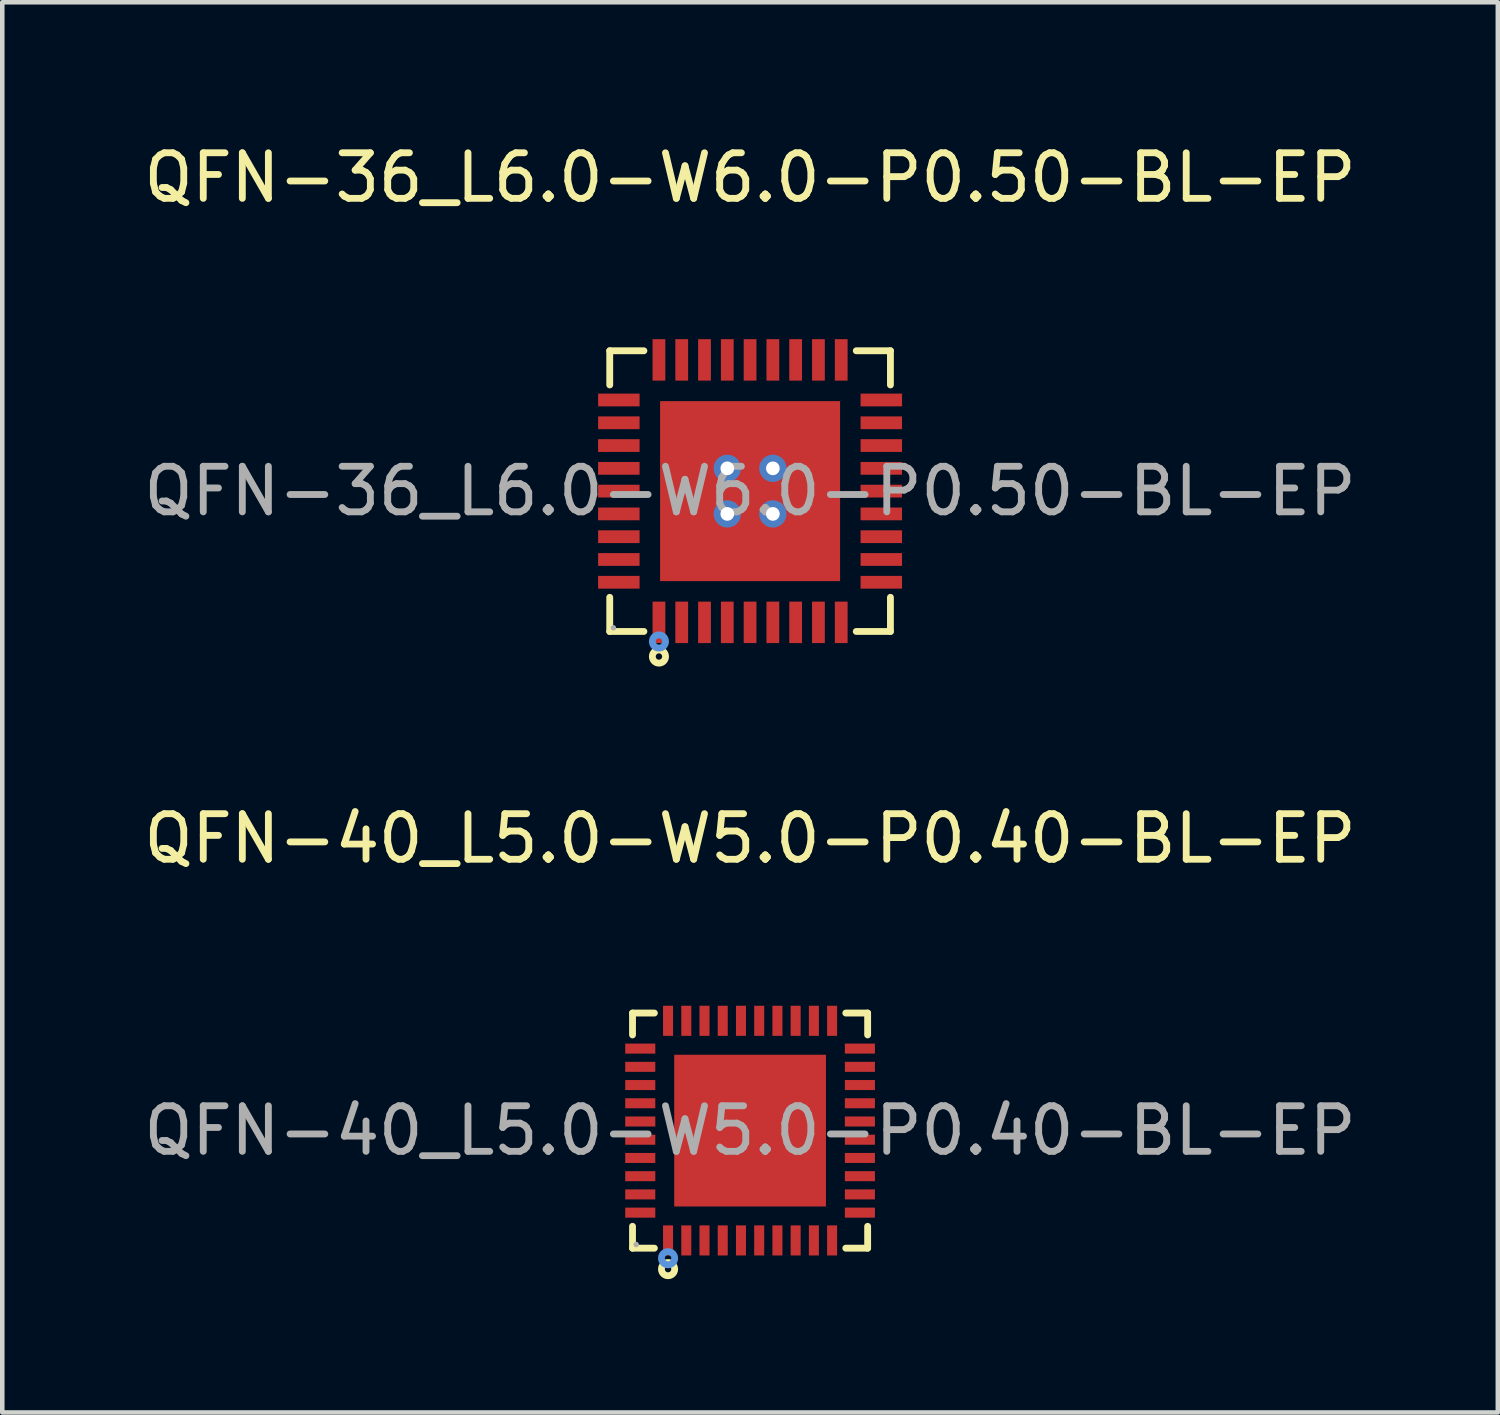
<source format=kicad_pcb>
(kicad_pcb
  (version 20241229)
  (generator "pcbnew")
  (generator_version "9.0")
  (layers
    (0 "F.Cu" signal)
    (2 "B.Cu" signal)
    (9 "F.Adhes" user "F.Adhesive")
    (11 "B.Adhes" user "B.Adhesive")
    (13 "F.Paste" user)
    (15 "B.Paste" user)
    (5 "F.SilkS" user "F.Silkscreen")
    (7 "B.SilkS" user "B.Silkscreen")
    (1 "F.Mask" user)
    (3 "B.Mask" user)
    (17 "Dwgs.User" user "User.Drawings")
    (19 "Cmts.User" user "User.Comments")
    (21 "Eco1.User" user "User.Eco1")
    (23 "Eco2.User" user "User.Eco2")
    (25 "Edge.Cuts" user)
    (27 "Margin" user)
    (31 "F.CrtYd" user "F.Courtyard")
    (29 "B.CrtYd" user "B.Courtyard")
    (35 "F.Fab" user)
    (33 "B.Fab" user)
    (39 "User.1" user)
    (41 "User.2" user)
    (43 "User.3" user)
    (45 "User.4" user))
  (footprint "QFN-36_L6.0-W6.0-P0.50-BL-EP"
    (layer "F.Cu")
    (at 13.411 7.728)
    (property "Reference" "QFN-36_L6.0-W6.0-P0.50-BL-EP" (at 0 -6.88 0) (layer "F.SilkS") (effects (font (size 1 1) (thickness 0.15))))
    (attr through_hole)
    (fp_line (start -3.08 -3.08) (end -2.33 -3.08) (stroke (width 0.15) (type solid)) (layer "F.SilkS"))
    (fp_line (start -3.08 -2.33) (end -3.08 -3.08) (stroke (width 0.15) (type solid)) (layer "F.SilkS"))
    (fp_line (start -3.08 2.33) (end -3.08 3.08) (stroke (width 0.15) (type solid)) (layer "F.SilkS"))
    (fp_line (start -3.08 3.08) (end -2.33 3.08) (stroke (width 0.15) (type solid)) (layer "F.SilkS"))
    (fp_line (start 3.08 -3.08) (end 2.33 -3.08) (stroke (width 0.15) (type solid)) (layer "F.SilkS"))
    (fp_line (start 3.08 -2.33) (end 3.08 -3.08) (stroke (width 0.15) (type solid)) (layer "F.SilkS"))
    (fp_line (start 3.08 2.33) (end 3.08 3.08) (stroke (width 0.15) (type solid)) (layer "F.SilkS"))
    (fp_line (start 3.08 3.08) (end 2.33 3.08) (stroke (width 0.15) (type solid)) (layer "F.SilkS"))
    (fp_circle (center -2 3.63) (end -1.93 3.63) (stroke (width 0.15) (type solid)) (fill no) (layer "F.SilkS"))
    (fp_circle (center -2 3.3) (end -1.93 3.3) (stroke (width 0.15) (type solid)) (fill no) (layer "Cmts.User"))
    (fp_circle (center -3 3) (end -2.97 3) (stroke (width 0.06) (type solid)) (fill no) (layer "F.Fab"))
    (fp_text user "${REFERENCE}" (at 0 0 0) (layer "F.Fab") (effects (font (size 1 1) (thickness 0.15))))
    (pad "1" smd rect (at -2 2.88) (size 0.28 0.91) (layers "F.Cu" "F.Mask" "F.Paste"))
    (pad "2" smd rect (at -1.5 2.88) (size 0.28 0.91) (layers "F.Cu" "F.Mask" "F.Paste"))
    (pad "3" smd rect (at -1 2.88) (size 0.28 0.91) (layers "F.Cu" "F.Mask" "F.Paste"))
    (pad "4" smd rect (at -0.5 2.88) (size 0.28 0.91) (layers "F.Cu" "F.Mask" "F.Paste"))
    (pad "5" smd rect (at 0 2.88) (size 0.28 0.91) (layers "F.Cu" "F.Mask" "F.Paste"))
    (pad "6" smd rect (at 0.5 2.88) (size 0.28 0.91) (layers "F.Cu" "F.Mask" "F.Paste"))
    (pad "7" smd rect (at 1 2.88) (size 0.28 0.91) (layers "F.Cu" "F.Mask" "F.Paste"))
    (pad "8" smd rect (at 1.5 2.88) (size 0.28 0.91) (layers "F.Cu" "F.Mask" "F.Paste"))
    (pad "9" smd rect (at 2 2.88) (size 0.28 0.91) (layers "F.Cu" "F.Mask" "F.Paste"))
    (pad "10" smd rect (at 2.88 2) (size 0.91 0.28) (layers "F.Cu" "F.Mask" "F.Paste"))
    (pad "11" smd rect (at 2.88 1.5) (size 0.91 0.28) (layers "F.Cu" "F.Mask" "F.Paste"))
    (pad "12" smd rect (at 2.88 1) (size 0.91 0.28) (layers "F.Cu" "F.Mask" "F.Paste"))
    (pad "13" smd rect (at 2.88 0.5) (size 0.91 0.28) (layers "F.Cu" "F.Mask" "F.Paste"))
    (pad "14" smd rect (at 2.88 0) (size 0.91 0.28) (layers "F.Cu" "F.Mask" "F.Paste"))
    (pad "15" smd rect (at 2.88 -0.5) (size 0.91 0.28) (layers "F.Cu" "F.Mask" "F.Paste"))
    (pad "16" smd rect (at 2.88 -1) (size 0.91 0.28) (layers "F.Cu" "F.Mask" "F.Paste"))
    (pad "17" smd rect (at 2.88 -1.5) (size 0.91 0.28) (layers "F.Cu" "F.Mask" "F.Paste"))
    (pad "18" smd rect (at 2.88 -2) (size 0.91 0.28) (layers "F.Cu" "F.Mask" "F.Paste"))
    (pad "19" smd rect (at 2 -2.88) (size 0.28 0.91) (layers "F.Cu" "F.Mask" "F.Paste"))
    (pad "20" smd rect (at 1.5 -2.88) (size 0.28 0.91) (layers "F.Cu" "F.Mask" "F.Paste"))
    (pad "21" smd rect (at 1 -2.88) (size 0.28 0.91) (layers "F.Cu" "F.Mask" "F.Paste"))
    (pad "22" smd rect (at 0.5 -2.88) (size 0.28 0.91) (layers "F.Cu" "F.Mask" "F.Paste"))
    (pad "23" smd rect (at 0 -2.88) (size 0.28 0.91) (layers "F.Cu" "F.Mask" "F.Paste"))
    (pad "24" smd rect (at -0.5 -2.88) (size 0.28 0.91) (layers "F.Cu" "F.Mask" "F.Paste"))
    (pad "25" smd rect (at -1 -2.88) (size 0.28 0.91) (layers "F.Cu" "F.Mask" "F.Paste"))
    (pad "26" smd rect (at -1.5 -2.88) (size 0.28 0.91) (layers "F.Cu" "F.Mask" "F.Paste"))
    (pad "27" smd rect (at -2 -2.88) (size 0.28 0.91) (layers "F.Cu" "F.Mask" "F.Paste"))
    (pad "28" smd rect (at -2.88 -2) (size 0.91 0.28) (layers "F.Cu" "F.Mask" "F.Paste"))
    (pad "29" smd rect (at -2.88 -1.5) (size 0.91 0.28) (layers "F.Cu" "F.Mask" "F.Paste"))
    (pad "30" smd rect (at -2.88 -1) (size 0.91 0.28) (layers "F.Cu" "F.Mask" "F.Paste"))
    (pad "31" smd rect (at -2.88 -0.5) (size 0.91 0.28) (layers "F.Cu" "F.Mask" "F.Paste"))
    (pad "32" smd rect (at -2.88 0) (size 0.91 0.28) (layers "F.Cu" "F.Mask" "F.Paste"))
    (pad "33" smd rect (at -2.88 0.5) (size 0.91 0.28) (layers "F.Cu" "F.Mask" "F.Paste"))
    (pad "34" smd rect (at -2.88 1) (size 0.91 0.28) (layers "F.Cu" "F.Mask" "F.Paste"))
    (pad "35" smd rect (at -2.88 1.5) (size 0.91 0.28) (layers "F.Cu" "F.Mask" "F.Paste"))
    (pad "36" smd rect (at -2.88 2) (size 0.91 0.28) (layers "F.Cu" "F.Mask" "F.Paste"))
    (pad "37" thru_hole circle (at -0.5 -0.5) (size 0.6 0.6) (drill 0.3) (layers "*.Cu" "*.Paste" "*.Mask"))
    (pad "37" thru_hole circle (at -0.5 0.5) (size 0.6 0.6) (drill 0.3) (layers "*.Cu" "*.Paste" "*.Mask"))
    (pad "37" smd rect (at 0 0) (size 3.95 3.95) (layers "F.Cu" "F.Mask" "F.Paste"))
    (pad "37" thru_hole circle (at 0.5 -0.5) (size 0.6 0.6) (drill 0.3) (layers "*.Cu" "*.Paste" "*.Mask"))
    (pad "37" thru_hole circle (at 0.5 0.5) (size 0.6 0.6) (drill 0.3) (layers "*.Cu" "*.Paste" "*.Mask")))
  (footprint "QFN-40_L5.0-W5.0-P0.40-BL-EP"
    (layer "F.Cu")
    (at 13.411 21.762)
    (property "Reference" "QFN-40_L5.0-W5.0-P0.40-BL-EP" (at 0 -6.41 0) (layer "F.SilkS") (effects (font (size 1 1) (thickness 0.15))))
    (attr through_hole)
    (fp_line (start -2.58 -2.58) (end -2.1 -2.58) (stroke (width 0.15) (type solid)) (layer "F.SilkS"))
    (fp_line (start -2.58 -2.1) (end -2.58 -2.58) (stroke (width 0.15) (type solid)) (layer "F.SilkS"))
    (fp_line (start -2.58 2.1) (end -2.58 2.58) (stroke (width 0.15) (type solid)) (layer "F.SilkS"))
    (fp_line (start -2.58 2.58) (end -2.1 2.58) (stroke (width 0.15) (type solid)) (layer "F.SilkS"))
    (fp_line (start 2.58 -2.58) (end 2.1 -2.58) (stroke (width 0.15) (type solid)) (layer "F.SilkS"))
    (fp_line (start 2.58 -2.1) (end 2.58 -2.58) (stroke (width 0.15) (type solid)) (layer "F.SilkS"))
    (fp_line (start 2.58 2.1) (end 2.58 2.58) (stroke (width 0.15) (type solid)) (layer "F.SilkS"))
    (fp_line (start 2.58 2.58) (end 2.1 2.58) (stroke (width 0.15) (type solid)) (layer "F.SilkS"))
    (fp_circle (center -1.8 3.04) (end -1.73 3.04) (stroke (width 0.15) (type solid)) (fill no) (layer "F.SilkS"))
    (fp_circle (center -1.8 2.8) (end -1.73 2.8) (stroke (width 0.15) (type solid)) (fill no) (layer "Cmts.User"))
    (fp_circle (center -2.5 2.5) (end -2.47 2.5) (stroke (width 0.06) (type solid)) (fill no) (layer "F.Fab"))
    (fp_text user "${REFERENCE}" (at 0 0 0) (layer "F.Fab") (effects (font (size 1 1) (thickness 0.15))))
    (pad "1" smd rect (at -1.8 2.41) (size 0.22 0.66) (layers "F.Cu" "F.Mask" "F.Paste"))
    (pad "2" smd rect (at -1.4 2.41) (size 0.22 0.66) (layers "F.Cu" "F.Mask" "F.Paste"))
    (pad "3" smd rect (at -1 2.41) (size 0.22 0.66) (layers "F.Cu" "F.Mask" "F.Paste"))
    (pad "4" smd rect (at -0.6 2.41) (size 0.22 0.66) (layers "F.Cu" "F.Mask" "F.Paste"))
    (pad "5" smd rect (at -0.2 2.41) (size 0.22 0.66) (layers "F.Cu" "F.Mask" "F.Paste"))
    (pad "6" smd rect (at 0.2 2.41) (size 0.22 0.66) (layers "F.Cu" "F.Mask" "F.Paste"))
    (pad "7" smd rect (at 0.6 2.41) (size 0.22 0.66) (layers "F.Cu" "F.Mask" "F.Paste"))
    (pad "8" smd rect (at 1 2.41) (size 0.22 0.66) (layers "F.Cu" "F.Mask" "F.Paste"))
    (pad "9" smd rect (at 1.4 2.41) (size 0.22 0.66) (layers "F.Cu" "F.Mask" "F.Paste"))
    (pad "10" smd rect (at 1.8 2.41) (size 0.22 0.66) (layers "F.Cu" "F.Mask" "F.Paste"))
    (pad "11" smd rect (at 2.41 1.8) (size 0.66 0.22) (layers "F.Cu" "F.Mask" "F.Paste"))
    (pad "12" smd rect (at 2.41 1.4) (size 0.66 0.22) (layers "F.Cu" "F.Mask" "F.Paste"))
    (pad "13" smd rect (at 2.41 1) (size 0.66 0.22) (layers "F.Cu" "F.Mask" "F.Paste"))
    (pad "14" smd rect (at 2.41 0.6) (size 0.66 0.22) (layers "F.Cu" "F.Mask" "F.Paste"))
    (pad "15" smd rect (at 2.41 0.2) (size 0.66 0.22) (layers "F.Cu" "F.Mask" "F.Paste"))
    (pad "16" smd rect (at 2.41 -0.2) (size 0.66 0.22) (layers "F.Cu" "F.Mask" "F.Paste"))
    (pad "17" smd rect (at 2.41 -0.6) (size 0.66 0.22) (layers "F.Cu" "F.Mask" "F.Paste"))
    (pad "18" smd rect (at 2.41 -1) (size 0.66 0.22) (layers "F.Cu" "F.Mask" "F.Paste"))
    (pad "19" smd rect (at 2.41 -1.4) (size 0.66 0.22) (layers "F.Cu" "F.Mask" "F.Paste"))
    (pad "20" smd rect (at 2.41 -1.8) (size 0.66 0.22) (layers "F.Cu" "F.Mask" "F.Paste"))
    (pad "21" smd rect (at 1.8 -2.41) (size 0.22 0.66) (layers "F.Cu" "F.Mask" "F.Paste"))
    (pad "22" smd rect (at 1.4 -2.41) (size 0.22 0.66) (layers "F.Cu" "F.Mask" "F.Paste"))
    (pad "23" smd rect (at 1 -2.41) (size 0.22 0.66) (layers "F.Cu" "F.Mask" "F.Paste"))
    (pad "24" smd rect (at 0.6 -2.41) (size 0.22 0.66) (layers "F.Cu" "F.Mask" "F.Paste"))
    (pad "25" smd rect (at 0.2 -2.41) (size 0.22 0.66) (layers "F.Cu" "F.Mask" "F.Paste"))
    (pad "26" smd rect (at -0.2 -2.41) (size 0.22 0.66) (layers "F.Cu" "F.Mask" "F.Paste"))
    (pad "27" smd rect (at -0.6 -2.41) (size 0.22 0.66) (layers "F.Cu" "F.Mask" "F.Paste"))
    (pad "28" smd rect (at -1 -2.41) (size 0.22 0.66) (layers "F.Cu" "F.Mask" "F.Paste"))
    (pad "29" smd rect (at -1.4 -2.41) (size 0.22 0.66) (layers "F.Cu" "F.Mask" "F.Paste"))
    (pad "30" smd rect (at -1.8 -2.41) (size 0.22 0.66) (layers "F.Cu" "F.Mask" "F.Paste"))
    (pad "31" smd rect (at -2.41 -1.8) (size 0.66 0.22) (layers "F.Cu" "F.Mask" "F.Paste"))
    (pad "32" smd rect (at -2.41 -1.4) (size 0.66 0.22) (layers "F.Cu" "F.Mask" "F.Paste"))
    (pad "33" smd rect (at -2.41 -1) (size 0.66 0.22) (layers "F.Cu" "F.Mask" "F.Paste"))
    (pad "34" smd rect (at -2.41 -0.6) (size 0.66 0.22) (layers "F.Cu" "F.Mask" "F.Paste"))
    (pad "35" smd rect (at -2.41 -0.2) (size 0.66 0.22) (layers "F.Cu" "F.Mask" "F.Paste"))
    (pad "36" smd rect (at -2.41 0.2) (size 0.66 0.22) (layers "F.Cu" "F.Mask" "F.Paste"))
    (pad "37" smd rect (at -2.41 0.6) (size 0.66 0.22) (layers "F.Cu" "F.Mask" "F.Paste"))
    (pad "38" smd rect (at -2.41 1) (size 0.66 0.22) (layers "F.Cu" "F.Mask" "F.Paste"))
    (pad "39" smd rect (at -2.41 1.4) (size 0.66 0.22) (layers "F.Cu" "F.Mask" "F.Paste"))
    (pad "40" smd rect (at -2.41 1.8) (size 0.66 0.22) (layers "F.Cu" "F.Mask" "F.Paste"))
    (pad "41" smd rect (at 0 0) (size 3.33 3.33) (layers "F.Cu" "F.Mask" "F.Paste")))
  (gr_rect
    (start -3 -3)
    (end 29.821 27.947)
    (stroke (width 0.1) (type default))
    (fill no)
    (layer "Edge.Cuts")))
</source>
